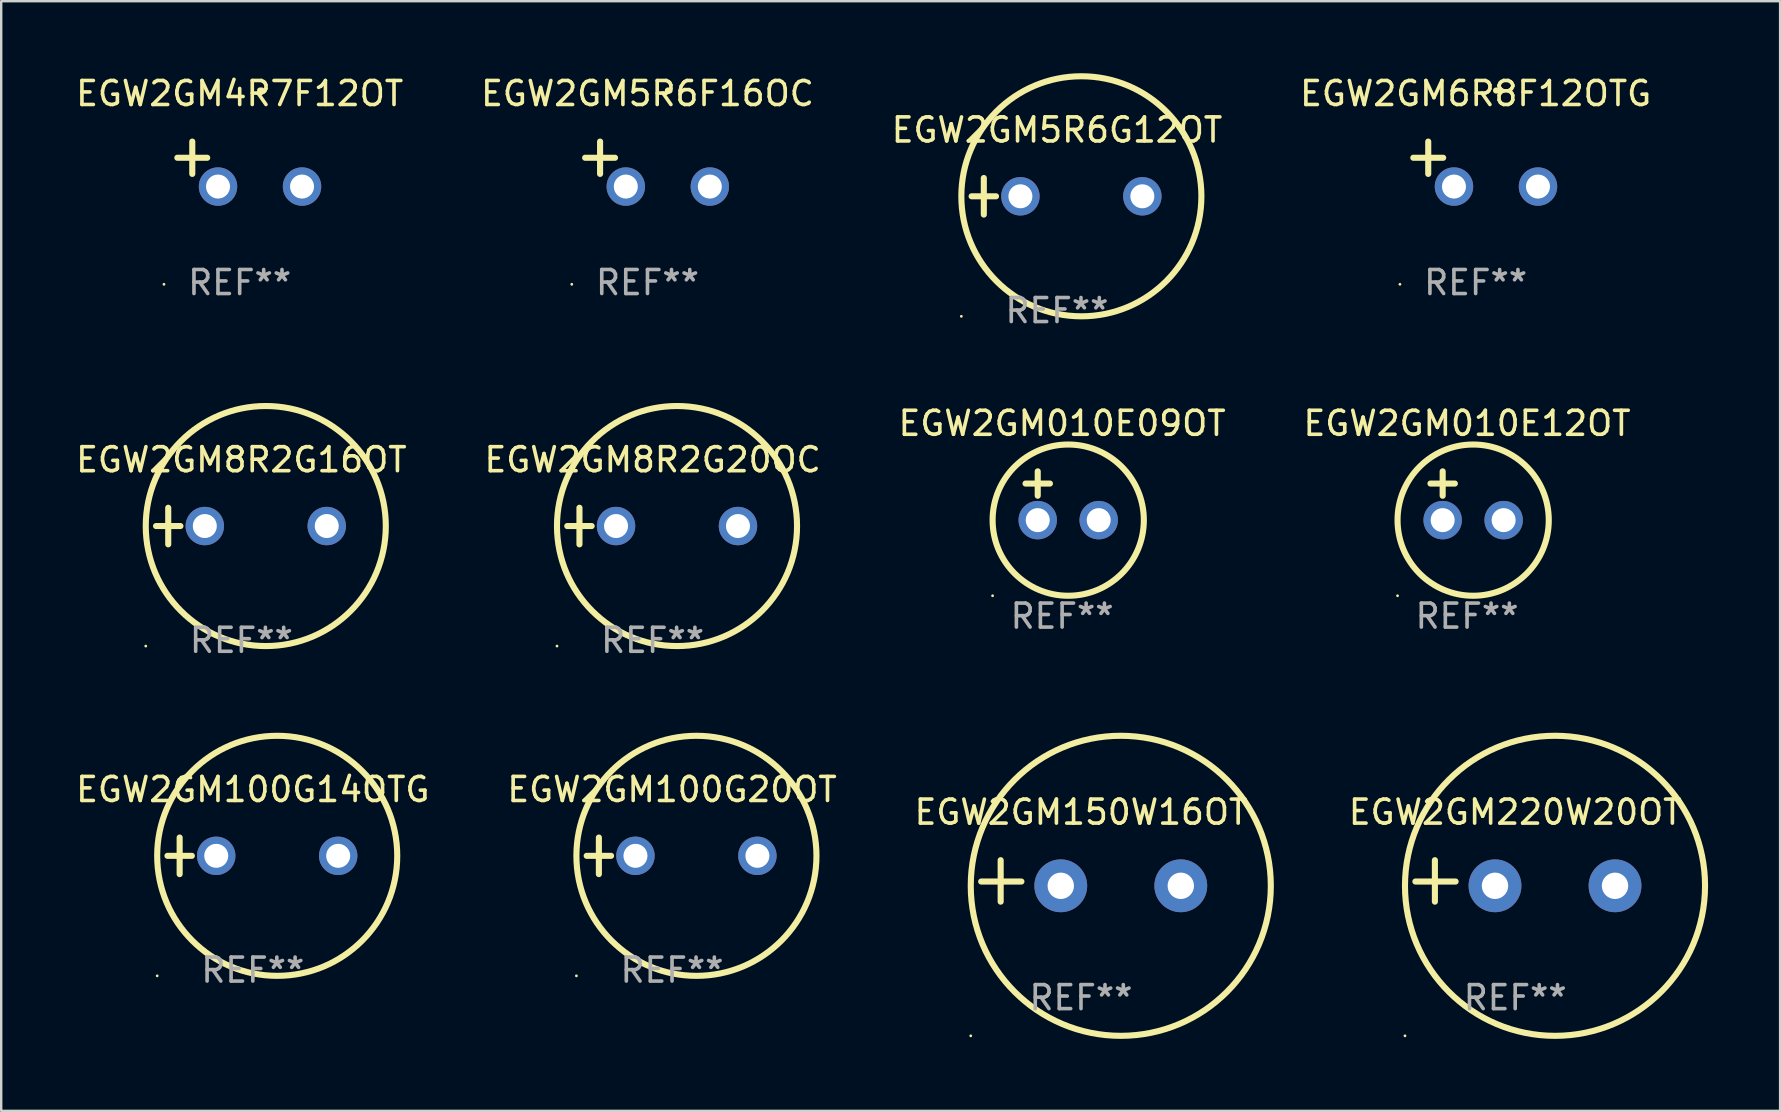
<source format=kicad_pcb>
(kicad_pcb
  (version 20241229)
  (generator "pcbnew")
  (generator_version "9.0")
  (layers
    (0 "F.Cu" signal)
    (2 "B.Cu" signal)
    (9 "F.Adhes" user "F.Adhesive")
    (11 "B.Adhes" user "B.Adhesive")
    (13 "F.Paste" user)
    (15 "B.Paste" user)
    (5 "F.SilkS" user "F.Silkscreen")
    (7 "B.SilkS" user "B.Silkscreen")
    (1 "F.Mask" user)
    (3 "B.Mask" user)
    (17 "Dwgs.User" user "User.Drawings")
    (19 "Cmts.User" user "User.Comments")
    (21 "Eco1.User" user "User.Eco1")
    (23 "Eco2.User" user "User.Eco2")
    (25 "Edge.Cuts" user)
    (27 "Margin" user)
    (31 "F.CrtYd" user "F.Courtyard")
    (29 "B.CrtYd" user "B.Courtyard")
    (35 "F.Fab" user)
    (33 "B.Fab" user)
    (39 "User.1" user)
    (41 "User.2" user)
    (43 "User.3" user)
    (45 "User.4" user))
  (footprint "EGW2GM150W16OT"
    (layer "F.Cu")
    (at 41.982 33.648)
    (property "Reference" "EGW2GM150W16OT" (at 0 -2.864 0) (layer "F.SilkS") (effects (font (size 1 1) (thickness 0.15))))
    (attr through_hole)
    (fp_line (start -3.346 0.864) (end -3.346 -0.864) (stroke (width 0.254) (type solid)) (layer "F.SilkS"))
    (fp_line (start -2.482 0.025) (end -4.158 0.025) (stroke (width 0.254) (type solid)) (layer "F.SilkS"))
    (fp_circle (center -4.592 6.453) (end -4.562 6.453) (stroke (width 0.06) (type solid)) (fill no) (layer "F.SilkS"))
    (fp_circle (center 1.658 0.203) (end 7.908 0.203) (stroke (width 0.254) (type solid)) (fill no) (layer "F.SilkS"))
    (fp_text user "REF**" (at 0 4.864 0) (layer "F.Fab") (effects (font (size 1 1) (thickness 0.15))))
    (pad "1" thru_hole circle (at -0.842 0.203) (size 2.2 2.2) (drill 1.1) (layers "*.Cu" "*.Mask"))
    (pad "2" thru_hole circle (at 4.158 0.203) (size 2.2 2.2) (drill 1.1) (layers "*.Cu" "*.Mask")))
  (footprint "EGW2GM8R2G20OC"
    (layer "F.Cu")
    (at 24.137 18.864)
    (property "Reference" "EGW2GM8R2G20OC" (at 0 -2.762 0) (layer "F.SilkS") (effects (font (size 1 1) (thickness 0.15))))
    (attr through_hole)
    (fp_line (start -3.556 0) (end -2.54 0) (stroke (width 0.254) (type solid)) (layer "F.SilkS"))
    (fp_line (start -3.048 -0.762) (end -3.048 0.762) (stroke (width 0.254) (type solid)) (layer "F.SilkS"))
    (fp_circle (center -3.984 5) (end -3.954 5) (stroke (width 0.06) (type solid)) (fill no) (layer "F.SilkS"))
    (fp_circle (center 1.016 0) (end 6.016 0) (stroke (width 0.254) (type solid)) (fill no) (layer "F.SilkS"))
    (fp_text user "REF**" (at 0 4.762 0) (layer "F.Fab") (effects (font (size 1 1) (thickness 0.15))))
    (pad "1" thru_hole circle (at -1.524 0) (size 1.6 1.6) (drill 1) (layers "*.Cu" "*.Mask"))
    (pad "2" thru_hole circle (at 3.556 0) (size 1.6 1.6) (drill 1) (layers "*.Cu" "*.Mask")))
  (footprint "EGW2GM220W20OT"
    (layer "F.Cu")
    (at 60.071 33.648)
    (property "Reference" "EGW2GM220W20OT" (at 0 -2.864 0) (layer "F.SilkS") (effects (font (size 1 1) (thickness 0.15))))
    (attr through_hole)
    (fp_line (start -3.346 0.864) (end -3.346 -0.864) (stroke (width 0.254) (type solid)) (layer "F.SilkS"))
    (fp_line (start -2.482 0.025) (end -4.158 0.025) (stroke (width 0.254) (type solid)) (layer "F.SilkS"))
    (fp_circle (center -4.592 6.453) (end -4.562 6.453) (stroke (width 0.06) (type solid)) (fill no) (layer "F.SilkS"))
    (fp_circle (center 1.658 0.203) (end 7.908 0.203) (stroke (width 0.254) (type solid)) (fill no) (layer "F.SilkS"))
    (fp_text user "REF**" (at 0 4.864 0) (layer "F.Fab") (effects (font (size 1 1) (thickness 0.15))))
    (pad "1" thru_hole circle (at -0.842 0.203) (size 2.2 2.2) (drill 1.1) (layers "*.Cu" "*.Mask"))
    (pad "2" thru_hole circle (at 4.158 0.203) (size 2.2 2.2) (drill 1.1) (layers "*.Cu" "*.Mask")))
  (footprint "EGW2GM5R6F16OC"
    (layer "F.Cu")
    (at 23.923 3.785)
    (property "Reference" "EGW2GM5R6F16OC" (at 0 -2.937 0) (layer "F.SilkS") (effects (font (size 1 1) (thickness 0.15))))
    (attr through_hole)
    (fp_line (start -1.975 0.41) (end -1.975 -0.937) (stroke (width 0.254) (type solid)) (layer "F.SilkS"))
    (fp_line (start -1.353 -0.263) (end -2.597 -0.263) (stroke (width 0.254) (type solid)) (layer "F.SilkS"))
    (fp_arc (start 0.849809 -3.063957) (mid 0.885369 -3.064114) (end 0.920929 -3.063957) (stroke (width 0.254001) (type solid)) (layer "F.SilkS"))
    (fp_circle (center -3.154 5.008) (end -3.124 5.008) (stroke (width 0.06) (type solid)) (fill no) (layer "F.SilkS"))
    (fp_text user "REF**" (at 0 4.937 0) (layer "F.Fab") (effects (font (size 1 1) (thickness 0.15))))
    (pad "1" thru_hole circle (at -0.903 0.937) (size 1.6 1.6) (drill 1) (layers "*.Cu" "*.Mask"))
    (pad "2" thru_hole circle (at 2.597 0.937) (size 1.6 1.6) (drill 1) (layers "*.Cu" "*.Mask")))
  (footprint "EGW2GM8R2G16OT"
    (layer "F.Cu")
    (at 7.006 18.864)
    (property "Reference" "EGW2GM8R2G16OT" (at 0 -2.762 0) (layer "F.SilkS") (effects (font (size 1 1) (thickness 0.15))))
    (attr through_hole)
    (fp_line (start -3.556 0) (end -2.54 0) (stroke (width 0.254) (type solid)) (layer "F.SilkS"))
    (fp_line (start -3.048 -0.762) (end -3.048 0.762) (stroke (width 0.254) (type solid)) (layer "F.SilkS"))
    (fp_circle (center -3.984 5) (end -3.954 5) (stroke (width 0.06) (type solid)) (fill no) (layer "F.SilkS"))
    (fp_circle (center 1.016 0) (end 6.016 0) (stroke (width 0.254) (type solid)) (fill no) (layer "F.SilkS"))
    (fp_text user "REF**" (at 0 4.762 0) (layer "F.Fab") (effects (font (size 1 1) (thickness 0.15))))
    (pad "1" thru_hole circle (at -1.524 0) (size 1.6 1.6) (drill 1) (layers "*.Cu" "*.Mask"))
    (pad "2" thru_hole circle (at 3.556 0) (size 1.6 1.6) (drill 1) (layers "*.Cu" "*.Mask")))
  (footprint "EGW2GM5R6G12OT"
    (layer "F.Cu")
    (at 40.982 5.127)
    (property "Reference" "EGW2GM5R6G12OT" (at 0 -2.762 0) (layer "F.SilkS") (effects (font (size 1 1) (thickness 0.15))))
    (attr through_hole)
    (fp_line (start -3.556 0) (end -2.54 0) (stroke (width 0.254) (type solid)) (layer "F.SilkS"))
    (fp_line (start -3.048 -0.762) (end -3.048 0.762) (stroke (width 0.254) (type solid)) (layer "F.SilkS"))
    (fp_circle (center -3.984 5) (end -3.954 5) (stroke (width 0.06) (type solid)) (fill no) (layer "F.SilkS"))
    (fp_circle (center 1.016 0) (end 6.016 0) (stroke (width 0.254) (type solid)) (fill no) (layer "F.SilkS"))
    (fp_text user "REF**" (at 0 4.762 0) (layer "F.Fab") (effects (font (size 1 1) (thickness 0.15))))
    (pad "1" thru_hole circle (at -1.524 0) (size 1.6 1.6) (drill 1) (layers "*.Cu" "*.Mask"))
    (pad "2" thru_hole circle (at 3.556 0) (size 1.6 1.6) (drill 1) (layers "*.Cu" "*.Mask")))
  (footprint "EGW2GM100G14OTG"
    (layer "F.Cu")
    (at 7.482 32.602)
    (property "Reference" "EGW2GM100G14OTG" (at 0 -2.762 0) (layer "F.SilkS") (effects (font (size 1 1) (thickness 0.15))))
    (attr through_hole)
    (fp_line (start -3.556 0) (end -2.54 0) (stroke (width 0.254) (type solid)) (layer "F.SilkS"))
    (fp_line (start -3.048 -0.762) (end -3.048 0.762) (stroke (width 0.254) (type solid)) (layer "F.SilkS"))
    (fp_circle (center -3.984 5) (end -3.954 5) (stroke (width 0.06) (type solid)) (fill no) (layer "F.SilkS"))
    (fp_circle (center 1.016 0) (end 6.016 0) (stroke (width 0.254) (type solid)) (fill no) (layer "F.SilkS"))
    (fp_text user "REF**" (at 0 4.762 0) (layer "F.Fab") (effects (font (size 1 1) (thickness 0.15))))
    (pad "1" thru_hole circle (at -1.524 0) (size 1.6 1.6) (drill 1) (layers "*.Cu" "*.Mask"))
    (pad "2" thru_hole circle (at 3.556 0) (size 1.6 1.6) (drill 1) (layers "*.Cu" "*.Mask")))
  (footprint "EGW2GM6R8F12OTG"
    (layer "F.Cu")
    (at 58.423 3.785)
    (property "Reference" "EGW2GM6R8F12OTG" (at 0 -2.937 0) (layer "F.SilkS") (effects (font (size 1 1) (thickness 0.15))))
    (attr through_hole)
    (fp_line (start -1.975 0.41) (end -1.975 -0.937) (stroke (width 0.254) (type solid)) (layer "F.SilkS"))
    (fp_line (start -1.353 -0.263) (end -2.597 -0.263) (stroke (width 0.254) (type solid)) (layer "F.SilkS"))
    (fp_arc (start 0.849809 -3.063957) (mid 0.885369 -3.064114) (end 0.920929 -3.063957) (stroke (width 0.254001) (type solid)) (layer "F.SilkS"))
    (fp_circle (center -3.154 5.008) (end -3.124 5.008) (stroke (width 0.06) (type solid)) (fill no) (layer "F.SilkS"))
    (fp_text user "REF**" (at 0 4.937 0) (layer "F.Fab") (effects (font (size 1 1) (thickness 0.15))))
    (pad "1" thru_hole circle (at -0.903 0.937) (size 1.6 1.6) (drill 1) (layers "*.Cu" "*.Mask"))
    (pad "2" thru_hole circle (at 2.597 0.937) (size 1.6 1.6) (drill 1) (layers "*.Cu" "*.Mask")))
  (footprint "EGW2GM010E12OT"
    (layer "F.Cu")
    (at 58.065 17.602)
    (property "Reference" "EGW2GM010E12OT" (at 0 -3.016 0) (layer "F.SilkS") (effects (font (size 1 1) (thickness 0.15))))
    (attr through_hole)
    (fp_line (start -1.524 -0.508) (end -0.508 -0.508) (stroke (width 0.254) (type solid)) (layer "F.SilkS"))
    (fp_line (start -1.016 -1.016) (end -1.016 0) (stroke (width 0.254) (type solid)) (layer "F.SilkS"))
    (fp_circle (center -2.896 4.166) (end -2.866 4.166) (stroke (width 0.06) (type solid)) (fill no) (layer "F.SilkS"))
    (fp_circle (center 0.254 1.016) (end 3.404 1.016) (stroke (width 0.254) (type solid)) (fill no) (layer "F.SilkS"))
    (fp_text user "REF**" (at 0 5.016 0) (layer "F.Fab") (effects (font (size 1 1) (thickness 0.15))))
    (pad "1" thru_hole circle (at -1.016 1.016) (size 1.6 1.6) (drill 1) (layers "*.Cu" "*.Mask"))
    (pad "2" thru_hole circle (at 1.524 1.016) (size 1.6 1.6) (drill 1) (layers "*.Cu" "*.Mask")))
  (footprint "EGW2GM100G20OT"
    (layer "F.Cu")
    (at 24.946 32.602)
    (property "Reference" "EGW2GM100G20OT" (at 0 -2.762 0) (layer "F.SilkS") (effects (font (size 1 1) (thickness 0.15))))
    (attr through_hole)
    (fp_line (start -3.556 0) (end -2.54 0) (stroke (width 0.254) (type solid)) (layer "F.SilkS"))
    (fp_line (start -3.048 -0.762) (end -3.048 0.762) (stroke (width 0.254) (type solid)) (layer "F.SilkS"))
    (fp_circle (center -3.984 5) (end -3.954 5) (stroke (width 0.06) (type solid)) (fill no) (layer "F.SilkS"))
    (fp_circle (center 1.016 0) (end 6.016 0) (stroke (width 0.254) (type solid)) (fill no) (layer "F.SilkS"))
    (fp_text user "REF**" (at 0 4.762 0) (layer "F.Fab") (effects (font (size 1 1) (thickness 0.15))))
    (pad "1" thru_hole circle (at -1.524 0) (size 1.6 1.6) (drill 1) (layers "*.Cu" "*.Mask"))
    (pad "2" thru_hole circle (at 3.556 0) (size 1.6 1.6) (drill 1) (layers "*.Cu" "*.Mask")))
  (footprint "EGW2GM010E09OT"
    (layer "F.Cu")
    (at 41.196 17.602)
    (property "Reference" "EGW2GM010E09OT" (at 0 -3.016 0) (layer "F.SilkS") (effects (font (size 1 1) (thickness 0.15))))
    (attr through_hole)
    (fp_line (start -1.524 -0.508) (end -0.508 -0.508) (stroke (width 0.254) (type solid)) (layer "F.SilkS"))
    (fp_line (start -1.016 -1.016) (end -1.016 0) (stroke (width 0.254) (type solid)) (layer "F.SilkS"))
    (fp_circle (center -2.896 4.166) (end -2.866 4.166) (stroke (width 0.06) (type solid)) (fill no) (layer "F.SilkS"))
    (fp_circle (center 0.254 1.016) (end 3.404 1.016) (stroke (width 0.254) (type solid)) (fill no) (layer "F.SilkS"))
    (fp_text user "REF**" (at 0 5.016 0) (layer "F.Fab") (effects (font (size 1 1) (thickness 0.15))))
    (pad "1" thru_hole circle (at -1.016 1.016) (size 1.6 1.6) (drill 1) (layers "*.Cu" "*.Mask"))
    (pad "2" thru_hole circle (at 1.524 1.016) (size 1.6 1.6) (drill 1) (layers "*.Cu" "*.Mask")))
  (footprint "EGW2GM4R7F12OT"
    (layer "F.Cu")
    (at 6.935 3.785)
    (property "Reference" "EGW2GM4R7F12OT" (at 0 -2.937 0) (layer "F.SilkS") (effects (font (size 1 1) (thickness 0.15))))
    (attr through_hole)
    (fp_line (start -1.975 0.41) (end -1.975 -0.937) (stroke (width 0.254) (type solid)) (layer "F.SilkS"))
    (fp_line (start -1.353 -0.263) (end -2.597 -0.263) (stroke (width 0.254) (type solid)) (layer "F.SilkS"))
    (fp_arc (start 0.849809 -3.063957) (mid 0.885369 -3.064114) (end 0.920929 -3.063957) (stroke (width 0.254001) (type solid)) (layer "F.SilkS"))
    (fp_circle (center -3.154 5.008) (end -3.124 5.008) (stroke (width 0.06) (type solid)) (fill no) (layer "F.SilkS"))
    (fp_text user "REF**" (at 0 4.937 0) (layer "F.Fab") (effects (font (size 1 1) (thickness 0.15))))
    (pad "1" thru_hole circle (at -0.903 0.937) (size 1.6 1.6) (drill 1) (layers "*.Cu" "*.Mask"))
    (pad "2" thru_hole circle (at 2.597 0.937) (size 1.6 1.6) (drill 1) (layers "*.Cu" "*.Mask")))
  (gr_rect
    (start -3 -3)
    (end 71.106 43.228)
    (stroke (width 0.1) (type default))
    (fill no)
    (layer "Edge.Cuts")))
</source>
